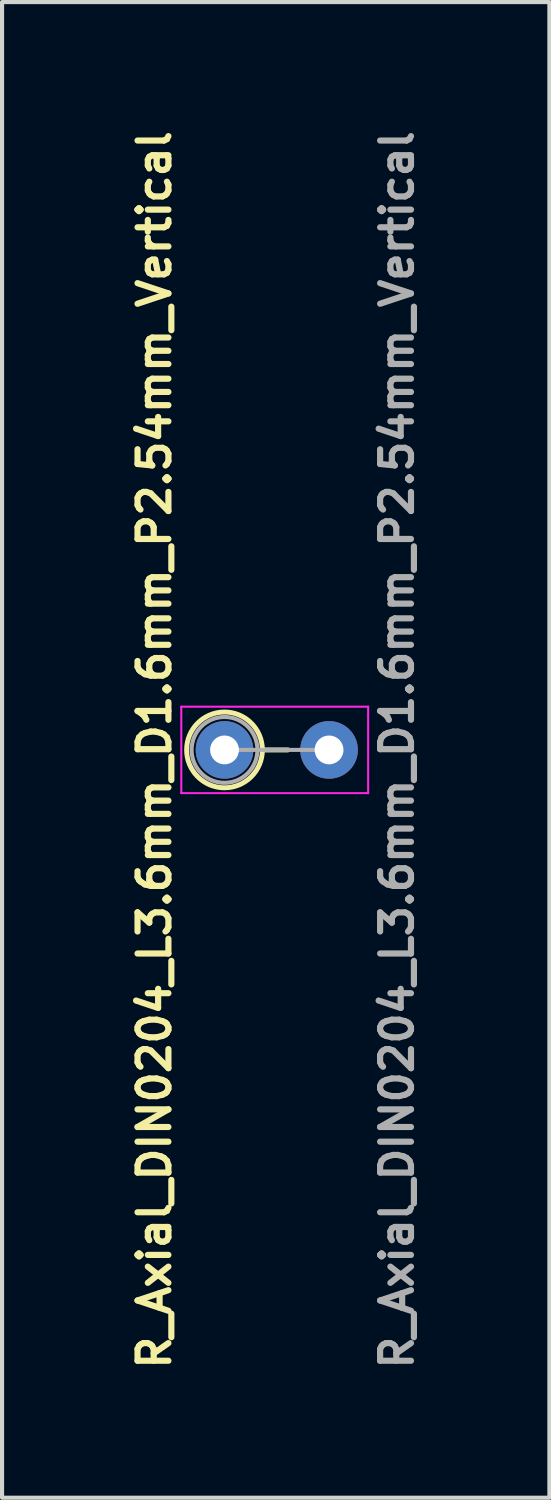
<source format=kicad_pcb>
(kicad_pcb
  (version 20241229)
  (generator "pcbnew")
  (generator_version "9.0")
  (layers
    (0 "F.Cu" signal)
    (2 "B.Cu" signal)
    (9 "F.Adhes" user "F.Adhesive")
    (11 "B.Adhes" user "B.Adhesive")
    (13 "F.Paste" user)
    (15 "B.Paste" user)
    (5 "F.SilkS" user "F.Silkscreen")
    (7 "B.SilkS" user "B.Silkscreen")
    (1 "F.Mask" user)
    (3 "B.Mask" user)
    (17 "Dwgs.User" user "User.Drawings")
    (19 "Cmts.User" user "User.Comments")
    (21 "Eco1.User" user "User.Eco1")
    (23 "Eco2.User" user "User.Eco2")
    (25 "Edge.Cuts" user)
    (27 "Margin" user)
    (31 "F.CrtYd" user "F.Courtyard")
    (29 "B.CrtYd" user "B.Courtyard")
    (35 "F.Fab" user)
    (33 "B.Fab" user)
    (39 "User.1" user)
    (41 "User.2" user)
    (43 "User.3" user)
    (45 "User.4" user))
  (footprint "R_Axial_DIN0204_L3.6mm_D1.6mm_P2.54mm_Vertical"
    (layer "F.Cu")
    (at 2.404 15.168)
    (property "Reference" "R_Axial_DIN0204_L3.6mm_D1.6mm_P2.54mm_Vertical" (at -1.702 0 90) (layer "F.SilkS") (effects (font (size 0.75 0.75) (thickness 0.15))))
    (attr through_hole)
    (fp_line (start 0.92 0) (end 1.54 0) (stroke (width 0.12) (type solid)) (layer "F.SilkS"))
    (fp_circle (center 0 0) (end 0.92 0) (stroke (width 0.12) (type solid)) (fill no) (layer "F.SilkS"))
    (fp_line (start -1.05 -1.05) (end -1.05 1.05) (stroke (width 0.05) (type solid)) (layer "F.CrtYd"))
    (fp_line (start -1.05 1.05) (end 3.49 1.05) (stroke (width 0.05) (type solid)) (layer "F.CrtYd"))
    (fp_line (start 3.49 -1.05) (end -1.05 -1.05) (stroke (width 0.05) (type solid)) (layer "F.CrtYd"))
    (fp_line (start 3.49 1.05) (end 3.49 -1.05) (stroke (width 0.05) (type solid)) (layer "F.CrtYd"))
    (fp_line (start 0 0) (end 2.54 0) (stroke (width 0.1) (type solid)) (layer "F.Fab"))
    (fp_circle (center 0 0) (end 0.8 0) (stroke (width 0.1) (type solid)) (fill no) (layer "F.Fab"))
    (fp_text user "${REFERENCE}" (at 4.191 0 270) (layer "F.Fab") (effects (font (size 0.75 0.75) (thickness 0.15))))
    (pad "1" thru_hole circle (at 0 0) (size 1.4 1.4) (drill 0.7) (layers "*.Cu" "*.Mask"))
    (pad "2" thru_hole oval (at 2.54 0) (size 1.4 1.4) (drill 0.7) (layers "*.Cu" "*.Mask")))
  (gr_rect
    (start -3 -3)
    (end 10.297 33.336)
    (stroke (width 0.1) (type default))
    (fill no)
    (layer "Edge.Cuts")))
</source>
